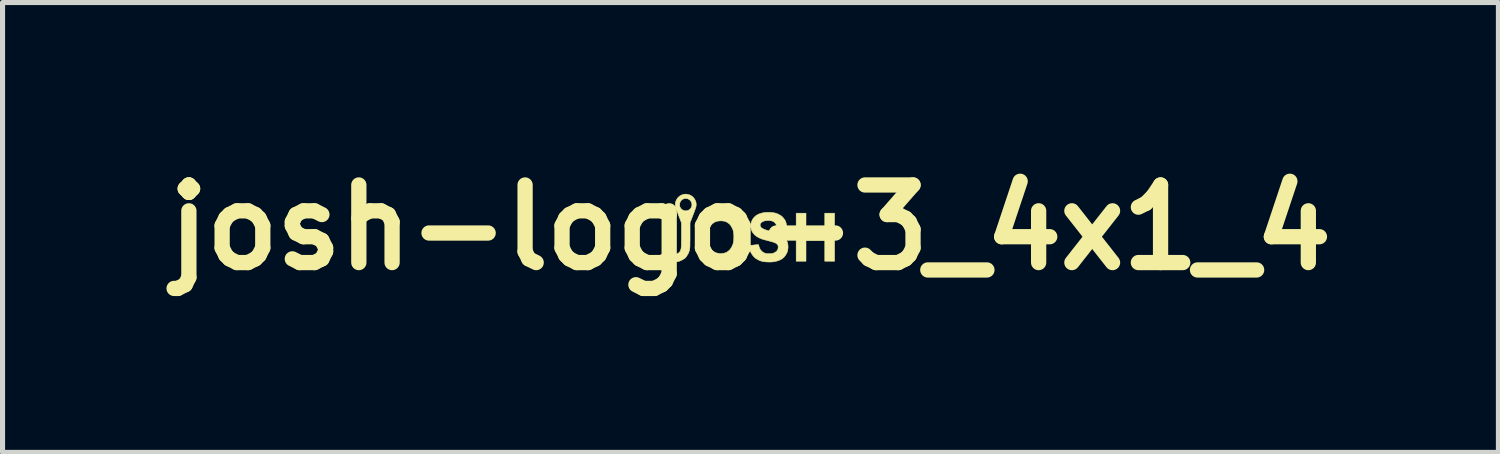
<source format=kicad_pcb>
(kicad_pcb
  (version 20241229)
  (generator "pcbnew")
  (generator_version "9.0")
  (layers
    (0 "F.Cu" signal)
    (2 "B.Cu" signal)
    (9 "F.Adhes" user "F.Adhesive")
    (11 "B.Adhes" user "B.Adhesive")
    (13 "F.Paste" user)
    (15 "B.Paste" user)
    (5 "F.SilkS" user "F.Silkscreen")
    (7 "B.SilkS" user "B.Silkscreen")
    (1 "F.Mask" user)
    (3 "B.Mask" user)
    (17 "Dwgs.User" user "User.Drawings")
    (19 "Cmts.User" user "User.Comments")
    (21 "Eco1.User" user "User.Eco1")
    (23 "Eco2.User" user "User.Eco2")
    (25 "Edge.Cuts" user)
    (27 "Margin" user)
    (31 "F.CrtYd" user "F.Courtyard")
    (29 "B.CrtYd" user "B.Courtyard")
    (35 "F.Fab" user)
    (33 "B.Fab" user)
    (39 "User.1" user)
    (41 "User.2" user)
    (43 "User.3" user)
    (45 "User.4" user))
  (footprint "josh-logo-3_4x1_4"
    (layer "F.Cu")
    (at 11.691 1.418)
    (property "Reference" "josh-logo-3_4x1_4" (at 0 0 0) (layer "F.SilkS") (effects (font (size 1.524 1.524) (thickness 0.3))))
    (attr through_hole)
    (fp_poly (pts (xy 1.091 0.088) (xy 1.46 0.088) (xy 1.46 -0.281) (xy 1.652 -0.281) (xy 1.652 0.663) (xy 1.46 0.663) (xy 1.46 0.251) (xy 1.091 0.251) (xy 1.091 0.663) (xy 0.898 0.663) (xy 0.898 -0.281) (xy 1.091 -0.281) (xy 1.091 0.088)) (stroke (width 0.01) (type solid)) (fill yes) (layer "F.SilkS"))
    (fp_poly (pts (xy -1.251 -0.653) (xy -1.237 -0.651) (xy -1.204 -0.643) (xy -1.174 -0.63) (xy -1.147 -0.612) (xy -1.123 -0.591) (xy -1.103 -0.566) (xy -1.086 -0.537) (xy -1.073 -0.506) (xy -1.071 -0.497) (xy -1.068 -0.481) (xy -1.066 -0.461) (xy -1.066 -0.44) (xy -1.068 -0.419) (xy -1.071 -0.401) (xy -1.071 -0.401) (xy -1.073 -0.395) (xy -1.076 -0.384) (xy -1.081 -0.37) (xy -1.088 -0.352) (xy -1.096 -0.331) (xy -1.104 -0.307) (xy -1.114 -0.282) (xy -1.124 -0.256) (xy -1.131 -0.237) (xy -1.187 -0.093) (xy -1.187 0.136) (xy -1.187 0.179) (xy -1.187 0.219) (xy -1.187 0.256) (xy -1.188 0.289) (xy -1.188 0.318) (xy -1.188 0.343) (xy -1.189 0.364) (xy -1.189 0.38) (xy -1.19 0.391) (xy -1.19 0.395) (xy -1.194 0.425) (xy -1.2 0.453) (xy -1.208 0.479) (xy -1.218 0.504) (xy -1.232 0.53) (xy -1.25 0.558) (xy -1.256 0.567) (xy -1.265 0.579) (xy -1.272 0.589) (xy -1.278 0.596) (xy -1.285 0.602) (xy -1.293 0.608) (xy -1.302 0.614) (xy -1.304 0.615) (xy -1.33 0.632) (xy -1.354 0.645) (xy -1.376 0.655) (xy -1.398 0.663) (xy -1.42 0.67) (xy -1.445 0.674) (xy -1.472 0.677) (xy -1.491 0.679) (xy -1.506 0.68) (xy -1.517 0.681) (xy -1.527 0.681) (xy -1.535 0.681) (xy -1.545 0.681) (xy -1.557 0.68) (xy -1.572 0.679) (xy -1.575 0.679) (xy -1.589 0.677) (xy -1.607 0.675) (xy -1.627 0.671) (xy -1.648 0.668) (xy -1.667 0.664) (xy -1.684 0.66) (xy -1.691 0.658) (xy -1.699 0.656) (xy -1.7 0.586) (xy -1.7 0.564) (xy -1.7 0.547) (xy -1.7 0.534) (xy -1.699 0.525) (xy -1.699 0.519) (xy -1.698 0.517) (xy -1.697 0.516) (xy -1.693 0.516) (xy -1.685 0.517) (xy -1.674 0.519) (xy -1.661 0.521) (xy -1.658 0.521) (xy -1.627 0.525) (xy -1.596 0.528) (xy -1.566 0.53) (xy -1.538 0.53) (xy -1.512 0.53) (xy -1.49 0.528) (xy -1.472 0.525) (xy -1.467 0.524) (xy -1.44 0.515) (xy -1.417 0.504) (xy -1.399 0.489) (xy -1.384 0.472) (xy -1.373 0.451) (xy -1.366 0.427) (xy -1.364 0.418) (xy -1.362 0.408) (xy -1.361 0.398) (xy -1.36 0.386) (xy -1.359 0.373) (xy -1.358 0.357) (xy -1.357 0.34) (xy -1.357 0.319) (xy -1.356 0.295) (xy -1.356 0.268) (xy -1.356 0.236) (xy -1.356 0.201) (xy -1.356 0.16) (xy -1.356 0.121) (xy -1.356 -0.093) (xy -1.411 -0.236) (xy -1.421 -0.263) (xy -1.431 -0.289) (xy -1.44 -0.313) (xy -1.449 -0.336) (xy -1.456 -0.355) (xy -1.462 -0.372) (xy -1.467 -0.386) (xy -1.47 -0.395) (xy -1.471 -0.398) (xy -1.475 -0.418) (xy -1.477 -0.44) (xy -1.477 -0.453) (xy -1.392 -0.453) (xy -1.391 -0.429) (xy -1.386 -0.407) (xy -1.376 -0.386) (xy -1.362 -0.367) (xy -1.345 -0.352) (xy -1.324 -0.339) (xy -1.304 -0.331) (xy -1.279 -0.327) (xy -1.254 -0.328) (xy -1.243 -0.33) (xy -1.22 -0.338) (xy -1.199 -0.35) (xy -1.182 -0.366) (xy -1.168 -0.385) (xy -1.157 -0.406) (xy -1.151 -0.429) (xy -1.15 -0.453) (xy -1.15 -0.454) (xy -1.155 -0.48) (xy -1.163 -0.502) (xy -1.176 -0.522) (xy -1.191 -0.539) (xy -1.21 -0.552) (xy -1.23 -0.562) (xy -1.253 -0.568) (xy -1.276 -0.569) (xy -1.3 -0.566) (xy -1.325 -0.557) (xy -1.329 -0.555) (xy -1.343 -0.546) (xy -1.358 -0.533) (xy -1.371 -0.517) (xy -1.38 -0.5) (xy -1.389 -0.476) (xy -1.392 -0.453) (xy -1.477 -0.453) (xy -1.476 -0.463) (xy -1.474 -0.484) (xy -1.471 -0.499) (xy -1.459 -0.532) (xy -1.443 -0.561) (xy -1.424 -0.586) (xy -1.4 -0.609) (xy -1.374 -0.627) (xy -1.344 -0.641) (xy -1.312 -0.65) (xy -1.306 -0.651) (xy -1.286 -0.654) (xy -1.269 -0.655) (xy -1.251 -0.653)) (stroke (width 0.01) (type solid)) (fill yes) (layer "F.SilkS"))
    (fp_poly (pts (xy -0.556 -0.295) (xy -0.518 -0.292) (xy -0.481 -0.286) (xy -0.445 -0.279) (xy -0.413 -0.27) (xy -0.385 -0.259) (xy -0.376 -0.255) (xy -0.362 -0.247) (xy -0.345 -0.237) (xy -0.327 -0.224) (xy -0.307 -0.211) (xy -0.288 -0.197) (xy -0.282 -0.192) (xy -0.269 -0.181) (xy -0.259 -0.172) (xy -0.25 -0.163) (xy -0.241 -0.152) (xy -0.231 -0.138) (xy -0.23 -0.138) (xy -0.205 -0.101) (xy -0.184 -0.067) (xy -0.168 -0.036) (xy -0.156 -0.007) (xy -0.154 -0.002) (xy -0.146 0.027) (xy -0.139 0.061) (xy -0.134 0.097) (xy -0.13 0.135) (xy -0.128 0.174) (xy -0.128 0.212) (xy -0.13 0.249) (xy -0.131 0.263) (xy -0.135 0.3) (xy -0.14 0.332) (xy -0.147 0.361) (xy -0.155 0.387) (xy -0.165 0.413) (xy -0.178 0.439) (xy -0.194 0.466) (xy -0.208 0.488) (xy -0.22 0.507) (xy -0.231 0.522) (xy -0.24 0.534) (xy -0.249 0.545) (xy -0.257 0.554) (xy -0.267 0.562) (xy -0.278 0.571) (xy -0.284 0.576) (xy -0.318 0.602) (xy -0.35 0.622) (xy -0.38 0.639) (xy -0.408 0.651) (xy -0.427 0.657) (xy -0.445 0.662) (xy -0.466 0.666) (xy -0.49 0.67) (xy -0.514 0.673) (xy -0.538 0.676) (xy -0.561 0.678) (xy -0.58 0.679) (xy -0.59 0.679) (xy -0.597 0.678) (xy -0.609 0.678) (xy -0.623 0.676) (xy -0.637 0.675) (xy -0.638 0.675) (xy -0.674 0.671) (xy -0.706 0.666) (xy -0.734 0.659) (xy -0.76 0.651) (xy -0.784 0.641) (xy -0.808 0.628) (xy -0.833 0.614) (xy -0.837 0.611) (xy -0.866 0.591) (xy -0.891 0.572) (xy -0.912 0.554) (xy -0.927 0.537) (xy -0.933 0.53) (xy -0.956 0.498) (xy -0.975 0.469) (xy -0.991 0.441) (xy -1.004 0.415) (xy -1.014 0.387) (xy -1.023 0.359) (xy -1.029 0.329) (xy -1.034 0.296) (xy -1.038 0.259) (xy -1.04 0.235) (xy -1.042 0.201) (xy -1.041 0.186) (xy -0.843 0.186) (xy -0.842 0.221) (xy -0.84 0.253) (xy -0.837 0.281) (xy -0.832 0.306) (xy -0.825 0.33) (xy -0.816 0.353) (xy -0.804 0.377) (xy -0.79 0.401) (xy -0.789 0.401) (xy -0.778 0.419) (xy -0.768 0.432) (xy -0.758 0.443) (xy -0.753 0.447) (xy -0.733 0.464) (xy -0.714 0.478) (xy -0.695 0.489) (xy -0.676 0.497) (xy -0.655 0.503) (xy -0.631 0.508) (xy -0.608 0.512) (xy -0.591 0.513) (xy -0.572 0.512) (xy -0.549 0.51) (xy -0.545 0.509) (xy -0.519 0.505) (xy -0.497 0.499) (xy -0.476 0.491) (xy -0.457 0.48) (xy -0.437 0.466) (xy -0.416 0.448) (xy -0.415 0.448) (xy -0.401 0.433) (xy -0.387 0.413) (xy -0.373 0.391) (xy -0.36 0.367) (xy -0.349 0.342) (xy -0.341 0.318) (xy -0.338 0.31) (xy -0.334 0.286) (xy -0.33 0.258) (xy -0.328 0.227) (xy -0.327 0.195) (xy -0.327 0.161) (xy -0.329 0.129) (xy -0.329 0.124) (xy -0.333 0.094) (xy -0.338 0.067) (xy -0.346 0.042) (xy -0.357 0.016) (xy -0.371 -0.011) (xy -0.378 -0.022) (xy -0.386 -0.035) (xy -0.393 -0.046) (xy -0.399 -0.054) (xy -0.406 -0.061) (xy -0.415 -0.069) (xy -0.422 -0.075) (xy -0.445 -0.092) (xy -0.468 -0.106) (xy -0.491 -0.117) (xy -0.506 -0.122) (xy -0.538 -0.127) (xy -0.572 -0.13) (xy -0.606 -0.129) (xy -0.64 -0.125) (xy -0.67 -0.118) (xy -0.674 -0.117) (xy -0.698 -0.107) (xy -0.722 -0.093) (xy -0.745 -0.075) (xy -0.766 -0.056) (xy -0.783 -0.035) (xy -0.786 -0.03) (xy -0.801 -0.004) (xy -0.814 0.021) (xy -0.824 0.045) (xy -0.831 0.07) (xy -0.837 0.095) (xy -0.84 0.124) (xy -0.842 0.156) (xy -0.843 0.186) (xy -1.041 0.186) (xy -1.041 0.166) (xy -1.039 0.131) (xy -1.036 0.096) (xy -1.031 0.064) (xy -1.025 0.036) (xy -1.012 -0.009) (xy -0.996 -0.05) (xy -0.976 -0.088) (xy -0.954 -0.123) (xy -0.927 -0.156) (xy -0.91 -0.175) (xy -0.878 -0.204) (xy -0.843 -0.229) (xy -0.806 -0.25) (xy -0.766 -0.268) (xy -0.723 -0.281) (xy -0.702 -0.286) (xy -0.669 -0.292) (xy -0.632 -0.295) (xy -0.595 -0.296) (xy -0.556 -0.295)) (stroke (width 0.01) (type solid)) (fill yes) (layer "F.SilkS"))
    (fp_poly (pts (xy 0.383 -0.296) (xy 0.41 -0.294) (xy 0.44 -0.291) (xy 0.466 -0.287) (xy 0.491 -0.282) (xy 0.514 -0.274) (xy 0.537 -0.265) (xy 0.562 -0.252) (xy 0.59 -0.236) (xy 0.59 -0.236) (xy 0.605 -0.227) (xy 0.617 -0.217) (xy 0.629 -0.206) (xy 0.636 -0.198) (xy 0.654 -0.177) (xy 0.668 -0.158) (xy 0.68 -0.14) (xy 0.688 -0.123) (xy 0.695 -0.105) (xy 0.698 -0.096) (xy 0.701 -0.085) (xy 0.703 -0.071) (xy 0.706 -0.055) (xy 0.709 -0.04) (xy 0.71 -0.027) (xy 0.711 -0.017) (xy 0.711 -0.016) (xy 0.711 -0.009) (xy 0.618 -0.005) (xy 0.596 -0.004) (xy 0.576 -0.003) (xy 0.559 -0.003) (xy 0.544 -0.002) (xy 0.532 -0.002) (xy 0.525 -0.001) (xy 0.523 -0.001) (xy 0.521 -0.004) (xy 0.519 -0.01) (xy 0.516 -0.019) (xy 0.515 -0.024) (xy 0.51 -0.04) (xy 0.506 -0.052) (xy 0.502 -0.062) (xy 0.496 -0.072) (xy 0.488 -0.082) (xy 0.477 -0.096) (xy 0.465 -0.107) (xy 0.45 -0.116) (xy 0.435 -0.123) (xy 0.419 -0.128) (xy 0.403 -0.132) (xy 0.385 -0.135) (xy 0.364 -0.136) (xy 0.34 -0.136) (xy 0.336 -0.136) (xy 0.314 -0.135) (xy 0.297 -0.133) (xy 0.282 -0.13) (xy 0.268 -0.126) (xy 0.254 -0.121) (xy 0.242 -0.115) (xy 0.222 -0.104) (xy 0.207 -0.091) (xy 0.197 -0.076) (xy 0.191 -0.06) (xy 0.191 -0.041) (xy 0.192 -0.031) (xy 0.198 -0.015) (xy 0.206 -0.002) (xy 0.22 0.01) (xy 0.233 0.018) (xy 0.246 0.025) (xy 0.259 0.032) (xy 0.273 0.038) (xy 0.289 0.044) (xy 0.306 0.05) (xy 0.325 0.056) (xy 0.348 0.062) (xy 0.374 0.069) (xy 0.405 0.076) (xy 0.41 0.078) (xy 0.461 0.091) (xy 0.507 0.105) (xy 0.548 0.12) (xy 0.584 0.136) (xy 0.615 0.152) (xy 0.641 0.17) (xy 0.65 0.177) (xy 0.668 0.194) (xy 0.685 0.216) (xy 0.701 0.24) (xy 0.715 0.265) (xy 0.725 0.291) (xy 0.73 0.306) (xy 0.735 0.334) (xy 0.738 0.365) (xy 0.738 0.397) (xy 0.735 0.429) (xy 0.73 0.458) (xy 0.73 0.459) (xy 0.722 0.483) (xy 0.71 0.509) (xy 0.695 0.535) (xy 0.678 0.56) (xy 0.66 0.582) (xy 0.64 0.601) (xy 0.631 0.608) (xy 0.605 0.625) (xy 0.575 0.64) (xy 0.541 0.653) (xy 0.505 0.664) (xy 0.468 0.672) (xy 0.435 0.676) (xy 0.416 0.678) (xy 0.393 0.678) (xy 0.368 0.679) (xy 0.342 0.678) (xy 0.317 0.677) (xy 0.298 0.676) (xy 0.261 0.672) (xy 0.227 0.665) (xy 0.196 0.655) (xy 0.164 0.642) (xy 0.152 0.636) (xy 0.129 0.623) (xy 0.11 0.612) (xy 0.094 0.6) (xy 0.081 0.589) (xy 0.068 0.576) (xy 0.065 0.572) (xy 0.044 0.547) (xy 0.027 0.523) (xy 0.013 0.499) (xy 0.001 0.475) (xy -0.008 0.449) (xy -0.016 0.42) (xy -0.022 0.389) (xy -0.025 0.374) (xy -0.027 0.363) (xy -0.027 0.356) (xy -0.026 0.354) (xy -0.022 0.354) (xy -0.015 0.353) (xy -0.003 0.352) (xy 0.012 0.35) (xy 0.029 0.348) (xy 0.047 0.347) (xy 0.066 0.345) (xy 0.085 0.343) (xy 0.103 0.341) (xy 0.12 0.34) (xy 0.134 0.338) (xy 0.145 0.338) (xy 0.152 0.337) (xy 0.154 0.337) (xy 0.157 0.338) (xy 0.16 0.341) (xy 0.162 0.348) (xy 0.163 0.354) (xy 0.171 0.385) (xy 0.182 0.412) (xy 0.197 0.437) (xy 0.212 0.456) (xy 0.222 0.468) (xy 0.234 0.477) (xy 0.247 0.486) (xy 0.265 0.496) (xy 0.268 0.497) (xy 0.28 0.503) (xy 0.293 0.508) (xy 0.306 0.511) (xy 0.321 0.513) (xy 0.339 0.514) (xy 0.361 0.514) (xy 0.368 0.515) (xy 0.39 0.514) (xy 0.407 0.514) (xy 0.422 0.512) (xy 0.435 0.509) (xy 0.447 0.506) (xy 0.459 0.5) (xy 0.469 0.496) (xy 0.485 0.487) (xy 0.498 0.479) (xy 0.508 0.471) (xy 0.517 0.462) (xy 0.521 0.457) (xy 0.531 0.443) (xy 0.538 0.429) (xy 0.542 0.413) (xy 0.544 0.395) (xy 0.544 0.386) (xy 0.544 0.374) (xy 0.543 0.365) (xy 0.542 0.358) (xy 0.54 0.352) (xy 0.536 0.346) (xy 0.526 0.331) (xy 0.51 0.318) (xy 0.491 0.305) (xy 0.484 0.302) (xy 0.473 0.297) (xy 0.458 0.292) (xy 0.439 0.286) (xy 0.415 0.279) (xy 0.386 0.271) (xy 0.352 0.262) (xy 0.318 0.253) (xy 0.287 0.245) (xy 0.261 0.238) (xy 0.238 0.231) (xy 0.218 0.224) (xy 0.2 0.217) (xy 0.183 0.21) (xy 0.167 0.202) (xy 0.15 0.193) (xy 0.133 0.183) (xy 0.124 0.177) (xy 0.11 0.168) (xy 0.099 0.16) (xy 0.09 0.152) (xy 0.081 0.143) (xy 0.071 0.132) (xy 0.07 0.131) (xy 0.052 0.11) (xy 0.039 0.09) (xy 0.028 0.071) (xy 0.02 0.05) (xy 0.014 0.028) (xy 0.01 0.001) (xy 0.009 -0.002) (xy 0.007 -0.037) (xy 0.009 -0.069) (xy 0.016 -0.101) (xy 0.028 -0.132) (xy 0.032 -0.142) (xy 0.04 -0.156) (xy 0.048 -0.168) (xy 0.056 -0.18) (xy 0.067 -0.193) (xy 0.079 -0.206) (xy 0.102 -0.227) (xy 0.128 -0.245) (xy 0.156 -0.26) (xy 0.189 -0.272) (xy 0.195 -0.274) (xy 0.225 -0.283) (xy 0.254 -0.289) (xy 0.283 -0.294) (xy 0.314 -0.296) (xy 0.347 -0.297) (xy 0.383 -0.296)) (stroke (width 0.01) (type solid)) (fill yes) (layer "F.SilkS")))
  (gr_rect
    (start -3 -3)
    (end 26.383 5.836)
    (stroke (width 0.1) (type default))
    (fill no)
    (layer "Edge.Cuts")))
</source>
